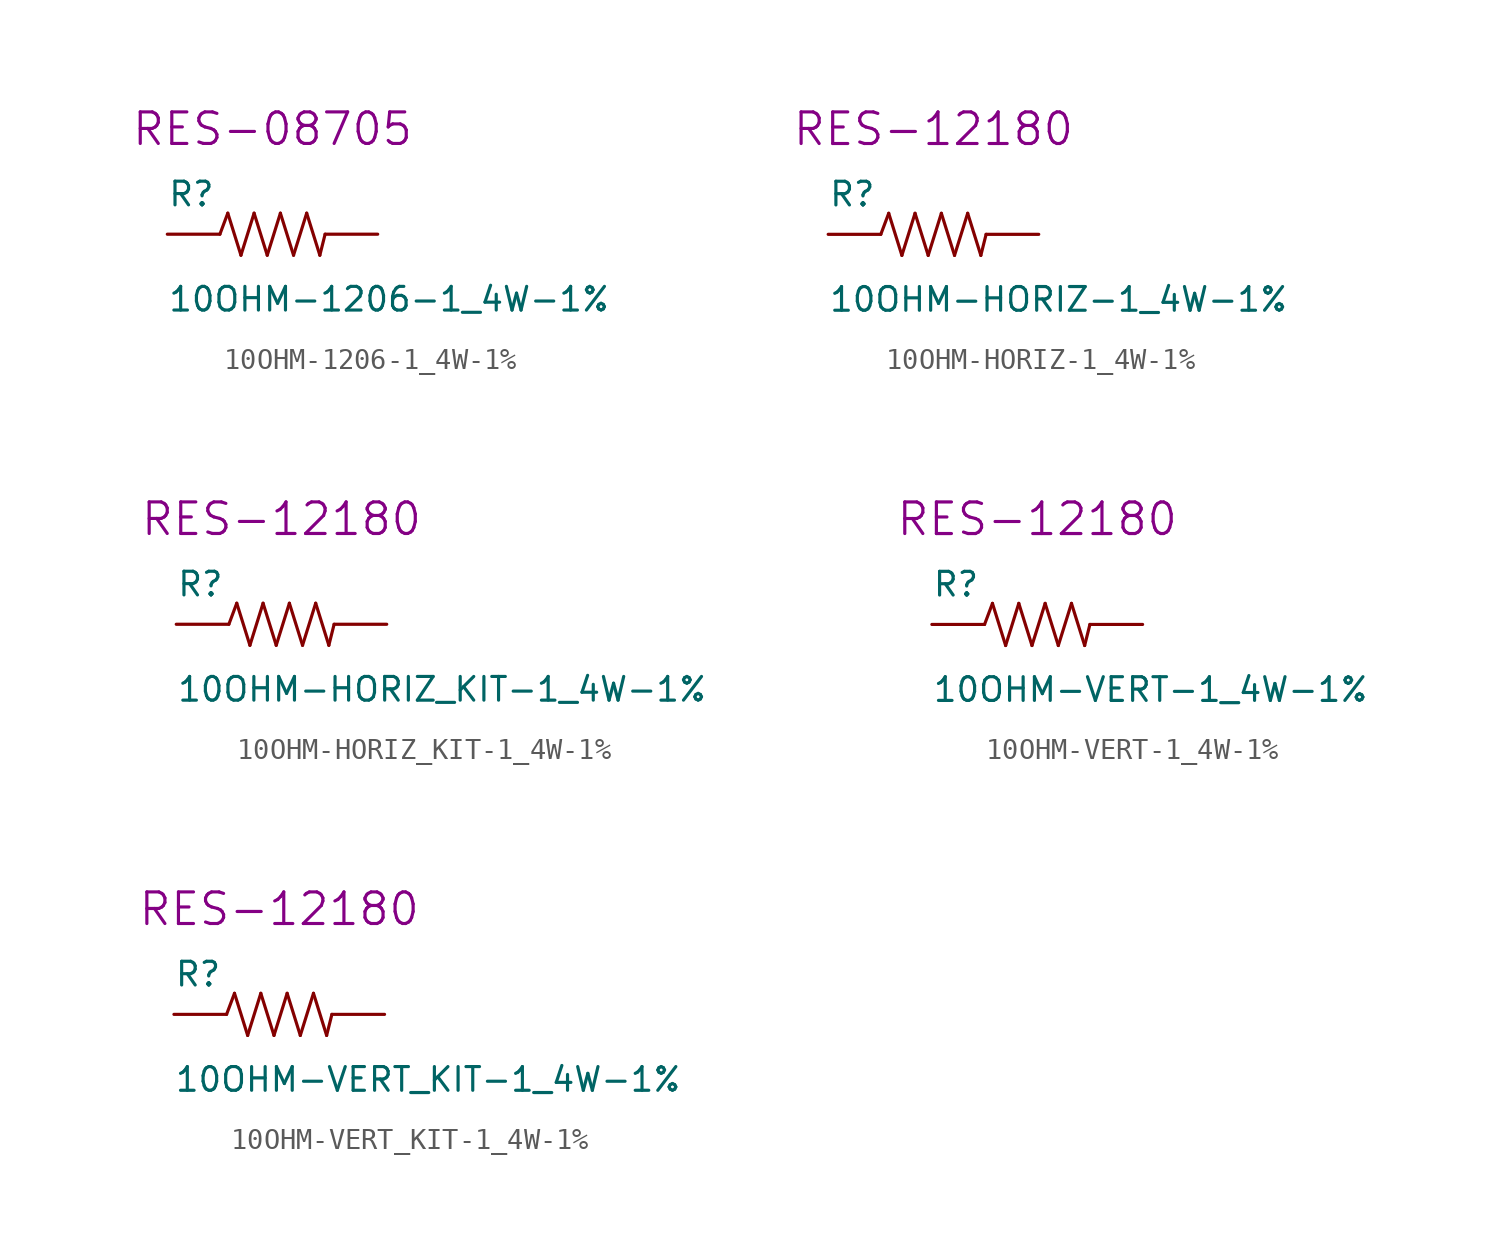
<source format=kicad_sym>
(kicad_symbol_lib
  (version 20211014)
  (generator kicad_symbol_editor)
  (symbol "10OHM-1206-1_4W-1%"
    (pin_numbers hide)
    (pin_names
      (offset 1.016) hide)
    (property "Reference" "R"
      (at -5.08 1.27 0)
      (effects (font (size 1.143 1.143)) (justify left bottom)))
    (property "Value" "10OHM-1206-1_4W-1%"
      (at -5.08 -3.81 0)
      (effects (font (size 1.143 1.143)) (justify left bottom)))
    (property "Field4" "RES-08705"
      (at 0 5.08 0)
      (effects (font (size 1.524 1.524))))
    (property "ki_locked" ""
      (at 0 0 0)
      (effects (font (size 1.27 1.27))))
    (symbol "10OHM-1206-1_4W-1%_1_0"
      (polyline (pts (xy -2.54 0) (xy -2.159 1.016)) (stroke (width 0) (type default) (color 0 0 0 0)) (fill (type none)))
      (polyline (pts (xy -2.159 1.016) (xy -1.524 -1.016)) (stroke (width 0) (type default) (color 0 0 0 0)) (fill (type none)))
      (polyline (pts (xy -1.524 -1.016) (xy -0.889 1.016)) (stroke (width 0) (type default) (color 0 0 0 0)) (fill (type none)))
      (polyline (pts (xy -0.889 1.016) (xy -0.254 -1.016)) (stroke (width 0) (type default) (color 0 0 0 0)) (fill (type none)))
      (polyline (pts (xy -0.254 -1.016) (xy 0.381 1.016)) (stroke (width 0) (type default) (color 0 0 0 0)) (fill (type none)))
      (polyline (pts (xy 0.381 1.016) (xy 1.016 -1.016)) (stroke (width 0) (type default) (color 0 0 0 0)) (fill (type none)))
      (polyline (pts (xy 1.016 -1.016) (xy 1.651 1.016)) (stroke (width 0) (type default) (color 0 0 0 0)) (fill (type none)))
      (polyline (pts (xy 1.651 1.016) (xy 2.286 -1.016)) (stroke (width 0) (type default) (color 0 0 0 0)) (fill (type none)))
      (polyline (pts (xy 2.286 -1.016) (xy 2.54 0)) (stroke (width 0) (type default) (color 0 0 0 0)) (fill (type none))))
    (symbol "10OHM-1206-1_4W-1%_1_1"
      (pin passive line (at -5.08 0 0) (length 2.54) (name "1" (effects (font (size 1.016 1.016)))) (number "1" (effects (font (size 1.016 1.016)))))
      (pin passive line (at 5.08 0 180) (length 2.54) (name "2" (effects (font (size 1.016 1.016)))) (number "2" (effects (font (size 1.016 1.016)))))))
  (symbol "10OHM-HORIZ-1_4W-1%"
    (pin_numbers hide)
    (pin_names
      (offset 1.016) hide)
    (property "Reference" "R"
      (at -5.08 1.27 0)
      (effects (font (size 1.143 1.143)) (justify left bottom)))
    (property "Value" "10OHM-HORIZ-1_4W-1%"
      (at -5.08 -3.81 0)
      (effects (font (size 1.143 1.143)) (justify left bottom)))
    (property "Field4" "RES-12180"
      (at 0 5.08 0)
      (effects (font (size 1.524 1.524))))
    (property "ki_locked" ""
      (at 0 0 0)
      (effects (font (size 1.27 1.27))))
    (symbol "10OHM-HORIZ-1_4W-1%_1_0"
      (polyline (pts (xy -2.54 0) (xy -2.159 1.016)) (stroke (width 0) (type default) (color 0 0 0 0)) (fill (type none)))
      (polyline (pts (xy -2.159 1.016) (xy -1.524 -1.016)) (stroke (width 0) (type default) (color 0 0 0 0)) (fill (type none)))
      (polyline (pts (xy -1.524 -1.016) (xy -0.889 1.016)) (stroke (width 0) (type default) (color 0 0 0 0)) (fill (type none)))
      (polyline (pts (xy -0.889 1.016) (xy -0.254 -1.016)) (stroke (width 0) (type default) (color 0 0 0 0)) (fill (type none)))
      (polyline (pts (xy -0.254 -1.016) (xy 0.381 1.016)) (stroke (width 0) (type default) (color 0 0 0 0)) (fill (type none)))
      (polyline (pts (xy 0.381 1.016) (xy 1.016 -1.016)) (stroke (width 0) (type default) (color 0 0 0 0)) (fill (type none)))
      (polyline (pts (xy 1.016 -1.016) (xy 1.651 1.016)) (stroke (width 0) (type default) (color 0 0 0 0)) (fill (type none)))
      (polyline (pts (xy 1.651 1.016) (xy 2.286 -1.016)) (stroke (width 0) (type default) (color 0 0 0 0)) (fill (type none)))
      (polyline (pts (xy 2.286 -1.016) (xy 2.54 0)) (stroke (width 0) (type default) (color 0 0 0 0)) (fill (type none))))
    (symbol "10OHM-HORIZ-1_4W-1%_1_1"
      (pin passive line (at -5.08 0 0) (length 2.54) (name "1" (effects (font (size 1.016 1.016)))) (number "P$1" (effects (font (size 1.016 1.016)))))
      (pin passive line (at 5.08 0 180) (length 2.54) (name "2" (effects (font (size 1.016 1.016)))) (number "P$2" (effects (font (size 1.016 1.016)))))))
  (symbol "10OHM-HORIZ_KIT-1_4W-1%"
    (pin_numbers hide)
    (pin_names
      (offset 1.016) hide)
    (property "Reference" "R"
      (at -5.08 1.27 0)
      (effects (font (size 1.143 1.143)) (justify left bottom)))
    (property "Value" "10OHM-HORIZ_KIT-1_4W-1%"
      (at -5.08 -3.81 0)
      (effects (font (size 1.143 1.143)) (justify left bottom)))
    (property "Field4" "RES-12180"
      (at 0 5.08 0)
      (effects (font (size 1.524 1.524))))
    (property "ki_locked" ""
      (at 0 0 0)
      (effects (font (size 1.27 1.27))))
    (symbol "10OHM-HORIZ_KIT-1_4W-1%_1_0"
      (polyline (pts (xy -2.54 0) (xy -2.159 1.016)) (stroke (width 0) (type default) (color 0 0 0 0)) (fill (type none)))
      (polyline (pts (xy -2.159 1.016) (xy -1.524 -1.016)) (stroke (width 0) (type default) (color 0 0 0 0)) (fill (type none)))
      (polyline (pts (xy -1.524 -1.016) (xy -0.889 1.016)) (stroke (width 0) (type default) (color 0 0 0 0)) (fill (type none)))
      (polyline (pts (xy -0.889 1.016) (xy -0.254 -1.016)) (stroke (width 0) (type default) (color 0 0 0 0)) (fill (type none)))
      (polyline (pts (xy -0.254 -1.016) (xy 0.381 1.016)) (stroke (width 0) (type default) (color 0 0 0 0)) (fill (type none)))
      (polyline (pts (xy 0.381 1.016) (xy 1.016 -1.016)) (stroke (width 0) (type default) (color 0 0 0 0)) (fill (type none)))
      (polyline (pts (xy 1.016 -1.016) (xy 1.651 1.016)) (stroke (width 0) (type default) (color 0 0 0 0)) (fill (type none)))
      (polyline (pts (xy 1.651 1.016) (xy 2.286 -1.016)) (stroke (width 0) (type default) (color 0 0 0 0)) (fill (type none)))
      (polyline (pts (xy 2.286 -1.016) (xy 2.54 0)) (stroke (width 0) (type default) (color 0 0 0 0)) (fill (type none))))
    (symbol "10OHM-HORIZ_KIT-1_4W-1%_1_1"
      (pin passive line (at -5.08 0 0) (length 2.54) (name "1" (effects (font (size 1.016 1.016)))) (number "P$1" (effects (font (size 1.016 1.016)))))
      (pin passive line (at 5.08 0 180) (length 2.54) (name "2" (effects (font (size 1.016 1.016)))) (number "P$2" (effects (font (size 1.016 1.016)))))))
  (symbol "10OHM-VERT-1_4W-1%"
    (pin_numbers hide)
    (pin_names
      (offset 1.016) hide)
    (property "Reference" "R"
      (at -5.08 1.27 0)
      (effects (font (size 1.143 1.143)) (justify left bottom)))
    (property "Value" "10OHM-VERT-1_4W-1%"
      (at -5.08 -3.81 0)
      (effects (font (size 1.143 1.143)) (justify left bottom)))
    (property "Field4" "RES-12180"
      (at 0 5.08 0)
      (effects (font (size 1.524 1.524))))
    (property "ki_locked" ""
      (at 0 0 0)
      (effects (font (size 1.27 1.27))))
    (symbol "10OHM-VERT-1_4W-1%_1_0"
      (polyline (pts (xy -2.54 0) (xy -2.159 1.016)) (stroke (width 0) (type default) (color 0 0 0 0)) (fill (type none)))
      (polyline (pts (xy -2.159 1.016) (xy -1.524 -1.016)) (stroke (width 0) (type default) (color 0 0 0 0)) (fill (type none)))
      (polyline (pts (xy -1.524 -1.016) (xy -0.889 1.016)) (stroke (width 0) (type default) (color 0 0 0 0)) (fill (type none)))
      (polyline (pts (xy -0.889 1.016) (xy -0.254 -1.016)) (stroke (width 0) (type default) (color 0 0 0 0)) (fill (type none)))
      (polyline (pts (xy -0.254 -1.016) (xy 0.381 1.016)) (stroke (width 0) (type default) (color 0 0 0 0)) (fill (type none)))
      (polyline (pts (xy 0.381 1.016) (xy 1.016 -1.016)) (stroke (width 0) (type default) (color 0 0 0 0)) (fill (type none)))
      (polyline (pts (xy 1.016 -1.016) (xy 1.651 1.016)) (stroke (width 0) (type default) (color 0 0 0 0)) (fill (type none)))
      (polyline (pts (xy 1.651 1.016) (xy 2.286 -1.016)) (stroke (width 0) (type default) (color 0 0 0 0)) (fill (type none)))
      (polyline (pts (xy 2.286 -1.016) (xy 2.54 0)) (stroke (width 0) (type default) (color 0 0 0 0)) (fill (type none))))
    (symbol "10OHM-VERT-1_4W-1%_1_1"
      (pin passive line (at -5.08 0 0) (length 2.54) (name "1" (effects (font (size 1.016 1.016)))) (number "P$1" (effects (font (size 1.016 1.016)))))
      (pin passive line (at 5.08 0 180) (length 2.54) (name "2" (effects (font (size 1.016 1.016)))) (number "P$2" (effects (font (size 1.016 1.016)))))))
  (symbol "10OHM-VERT_KIT-1_4W-1%"
    (pin_numbers hide)
    (pin_names
      (offset 1.016) hide)
    (property "Reference" "R"
      (at -5.08 1.27 0)
      (effects (font (size 1.143 1.143)) (justify left bottom)))
    (property "Value" "10OHM-VERT_KIT-1_4W-1%"
      (at -5.08 -3.81 0)
      (effects (font (size 1.143 1.143)) (justify left bottom)))
    (property "Field4" "RES-12180"
      (at 0 5.08 0)
      (effects (font (size 1.524 1.524))))
    (property "ki_locked" ""
      (at 0 0 0)
      (effects (font (size 1.27 1.27))))
    (symbol "10OHM-VERT_KIT-1_4W-1%_1_0"
      (polyline (pts (xy -2.54 0) (xy -2.159 1.016)) (stroke (width 0) (type default) (color 0 0 0 0)) (fill (type none)))
      (polyline (pts (xy -2.159 1.016) (xy -1.524 -1.016)) (stroke (width 0) (type default) (color 0 0 0 0)) (fill (type none)))
      (polyline (pts (xy -1.524 -1.016) (xy -0.889 1.016)) (stroke (width 0) (type default) (color 0 0 0 0)) (fill (type none)))
      (polyline (pts (xy -0.889 1.016) (xy -0.254 -1.016)) (stroke (width 0) (type default) (color 0 0 0 0)) (fill (type none)))
      (polyline (pts (xy -0.254 -1.016) (xy 0.381 1.016)) (stroke (width 0) (type default) (color 0 0 0 0)) (fill (type none)))
      (polyline (pts (xy 0.381 1.016) (xy 1.016 -1.016)) (stroke (width 0) (type default) (color 0 0 0 0)) (fill (type none)))
      (polyline (pts (xy 1.016 -1.016) (xy 1.651 1.016)) (stroke (width 0) (type default) (color 0 0 0 0)) (fill (type none)))
      (polyline (pts (xy 1.651 1.016) (xy 2.286 -1.016)) (stroke (width 0) (type default) (color 0 0 0 0)) (fill (type none)))
      (polyline (pts (xy 2.286 -1.016) (xy 2.54 0)) (stroke (width 0) (type default) (color 0 0 0 0)) (fill (type none))))
    (symbol "10OHM-VERT_KIT-1_4W-1%_1_1"
      (pin passive line (at -5.08 0 0) (length 2.54) (name "1" (effects (font (size 1.016 1.016)))) (number "P$1" (effects (font (size 1.016 1.016)))))
      (pin passive line (at 5.08 0 180) (length 2.54) (name "2" (effects (font (size 1.016 1.016)))) (number "P$2" (effects (font (size 1.016 1.016))))))))
</source>
